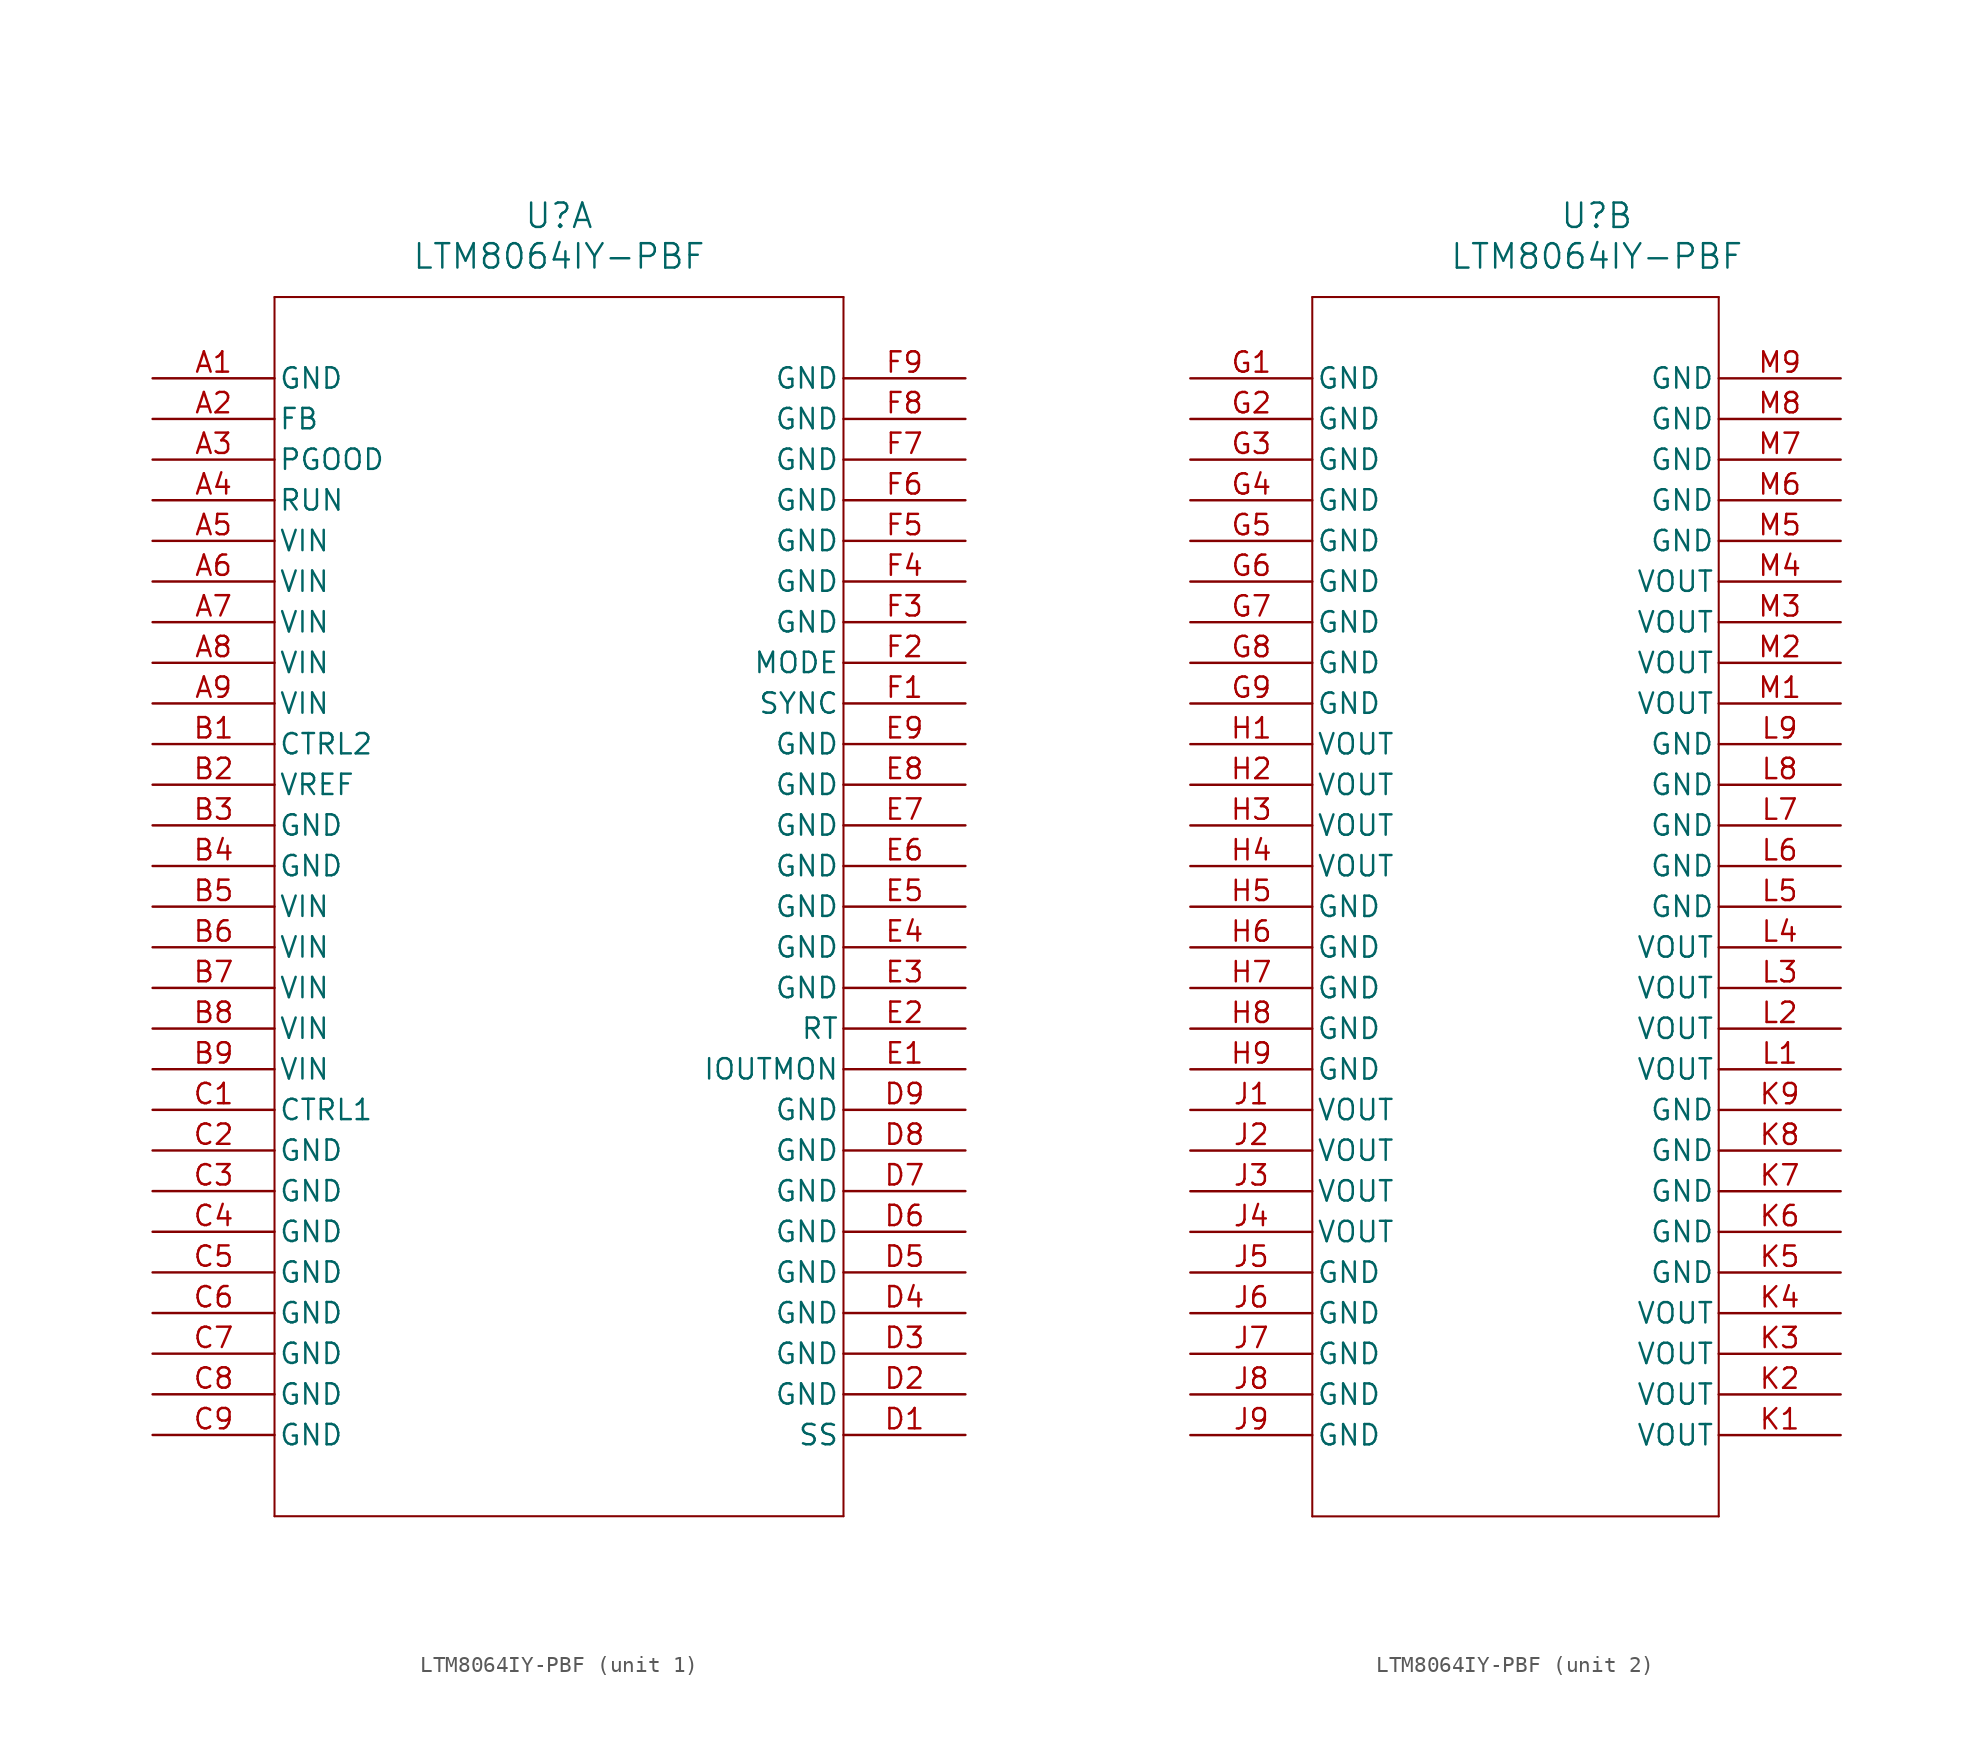
<source format=kicad_sym>
(kicad_symbol_lib
  (version 20211014)
  (generator kicad_symbol_editor)
  (symbol "LTM8064IY-PBF"
    (pin_names
      (offset 0.254))
    (property "Reference" "U"
      (at 25.4 10.16 0)
      (effects (font (size 1.524 1.524))))
    (property "Value" "LTM8064IY-PBF"
      (at 25.4 7.62 0)
      (effects (font (size 1.524 1.524))))
    (symbol "LTM8064IY-PBF_1_1"
      (polyline (pts (xy 7.62 5.08) (xy 7.62 -71.12)) (stroke (width 0.127) (type default) (color 0 0 0 0)) (fill (type none)))
      (polyline (pts (xy 7.62 -71.12) (xy 43.18 -71.12)) (stroke (width 0.127) (type default) (color 0 0 0 0)) (fill (type none)))
      (polyline (pts (xy 43.18 -71.12) (xy 43.18 5.08)) (stroke (width 0.127) (type default) (color 0 0 0 0)) (fill (type none)))
      (polyline (pts (xy 43.18 5.08) (xy 7.62 5.08)) (stroke (width 0.127) (type default) (color 0 0 0 0)) (fill (type none)))
      (pin power_in line (at 0 0 0) (length 7.62) (name "GND" (effects (font (size 1.27 1.27)))) (number "A1" (effects (font (size 1.27 1.27)))))
      (pin unspecified line (at 0 -2.54 0) (length 7.62) (name "FB" (effects (font (size 1.27 1.27)))) (number "A2" (effects (font (size 1.27 1.27)))))
      (pin unspecified line (at 0 -5.08 0) (length 7.62) (name "PGOOD" (effects (font (size 1.27 1.27)))) (number "A3" (effects (font (size 1.27 1.27)))))
      (pin unspecified line (at 0 -7.62 0) (length 7.62) (name "RUN" (effects (font (size 1.27 1.27)))) (number "A4" (effects (font (size 1.27 1.27)))))
      (pin input line (at 0 -10.16 0) (length 7.62) (name "VIN" (effects (font (size 1.27 1.27)))) (number "A5" (effects (font (size 1.27 1.27)))))
      (pin input line (at 0 -12.7 0) (length 7.62) (name "VIN" (effects (font (size 1.27 1.27)))) (number "A6" (effects (font (size 1.27 1.27)))))
      (pin input line (at 0 -15.24 0) (length 7.62) (name "VIN" (effects (font (size 1.27 1.27)))) (number "A7" (effects (font (size 1.27 1.27)))))
      (pin input line (at 0 -17.78 0) (length 7.62) (name "VIN" (effects (font (size 1.27 1.27)))) (number "A8" (effects (font (size 1.27 1.27)))))
      (pin input line (at 0 -20.32 0) (length 7.62) (name "VIN" (effects (font (size 1.27 1.27)))) (number "A9" (effects (font (size 1.27 1.27)))))
      (pin unspecified line (at 0 -22.86 0) (length 7.62) (name "CTRL2" (effects (font (size 1.27 1.27)))) (number "B1" (effects (font (size 1.27 1.27)))))
      (pin power_in line (at 0 -25.4 0) (length 7.62) (name "VREF" (effects (font (size 1.27 1.27)))) (number "B2" (effects (font (size 1.27 1.27)))))
      (pin power_in line (at 0 -27.94 0) (length 7.62) (name "GND" (effects (font (size 1.27 1.27)))) (number "B3" (effects (font (size 1.27 1.27)))))
      (pin power_in line (at 0 -30.48 0) (length 7.62) (name "GND" (effects (font (size 1.27 1.27)))) (number "B4" (effects (font (size 1.27 1.27)))))
      (pin input line (at 0 -33.02 0) (length 7.62) (name "VIN" (effects (font (size 1.27 1.27)))) (number "B5" (effects (font (size 1.27 1.27)))))
      (pin input line (at 0 -35.56 0) (length 7.62) (name "VIN" (effects (font (size 1.27 1.27)))) (number "B6" (effects (font (size 1.27 1.27)))))
      (pin input line (at 0 -38.1 0) (length 7.62) (name "VIN" (effects (font (size 1.27 1.27)))) (number "B7" (effects (font (size 1.27 1.27)))))
      (pin input line (at 0 -40.64 0) (length 7.62) (name "VIN" (effects (font (size 1.27 1.27)))) (number "B8" (effects (font (size 1.27 1.27)))))
      (pin input line (at 0 -43.18 0) (length 7.62) (name "VIN" (effects (font (size 1.27 1.27)))) (number "B9" (effects (font (size 1.27 1.27)))))
      (pin unspecified line (at 0 -45.72 0) (length 7.62) (name "CTRL1" (effects (font (size 1.27 1.27)))) (number "C1" (effects (font (size 1.27 1.27)))))
      (pin power_in line (at 0 -48.26 0) (length 7.62) (name "GND" (effects (font (size 1.27 1.27)))) (number "C2" (effects (font (size 1.27 1.27)))))
      (pin power_in line (at 0 -50.8 0) (length 7.62) (name "GND" (effects (font (size 1.27 1.27)))) (number "C3" (effects (font (size 1.27 1.27)))))
      (pin power_in line (at 0 -53.34 0) (length 7.62) (name "GND" (effects (font (size 1.27 1.27)))) (number "C4" (effects (font (size 1.27 1.27)))))
      (pin power_in line (at 0 -55.88 0) (length 7.62) (name "GND" (effects (font (size 1.27 1.27)))) (number "C5" (effects (font (size 1.27 1.27)))))
      (pin power_in line (at 0 -58.42 0) (length 7.62) (name "GND" (effects (font (size 1.27 1.27)))) (number "C6" (effects (font (size 1.27 1.27)))))
      (pin power_in line (at 0 -60.96 0) (length 7.62) (name "GND" (effects (font (size 1.27 1.27)))) (number "C7" (effects (font (size 1.27 1.27)))))
      (pin power_in line (at 0 -63.5 0) (length 7.62) (name "GND" (effects (font (size 1.27 1.27)))) (number "C8" (effects (font (size 1.27 1.27)))))
      (pin power_in line (at 0 -66.04 0) (length 7.62) (name "GND" (effects (font (size 1.27 1.27)))) (number "C9" (effects (font (size 1.27 1.27)))))
      (pin unspecified line (at 50.8 -66.04 180) (length 7.62) (name "SS" (effects (font (size 1.27 1.27)))) (number "D1" (effects (font (size 1.27 1.27)))))
      (pin power_in line (at 50.8 -63.5 180) (length 7.62) (name "GND" (effects (font (size 1.27 1.27)))) (number "D2" (effects (font (size 1.27 1.27)))))
      (pin power_in line (at 50.8 -60.96 180) (length 7.62) (name "GND" (effects (font (size 1.27 1.27)))) (number "D3" (effects (font (size 1.27 1.27)))))
      (pin power_in line (at 50.8 -58.42 180) (length 7.62) (name "GND" (effects (font (size 1.27 1.27)))) (number "D4" (effects (font (size 1.27 1.27)))))
      (pin power_in line (at 50.8 -55.88 180) (length 7.62) (name "GND" (effects (font (size 1.27 1.27)))) (number "D5" (effects (font (size 1.27 1.27)))))
      (pin power_in line (at 50.8 -53.34 180) (length 7.62) (name "GND" (effects (font (size 1.27 1.27)))) (number "D6" (effects (font (size 1.27 1.27)))))
      (pin power_in line (at 50.8 -50.8 180) (length 7.62) (name "GND" (effects (font (size 1.27 1.27)))) (number "D7" (effects (font (size 1.27 1.27)))))
      (pin power_in line (at 50.8 -48.26 180) (length 7.62) (name "GND" (effects (font (size 1.27 1.27)))) (number "D8" (effects (font (size 1.27 1.27)))))
      (pin power_in line (at 50.8 -45.72 180) (length 7.62) (name "GND" (effects (font (size 1.27 1.27)))) (number "D9" (effects (font (size 1.27 1.27)))))
      (pin output line (at 50.8 -43.18 180) (length 7.62) (name "IOUTMON" (effects (font (size 1.27 1.27)))) (number "E1" (effects (font (size 1.27 1.27)))))
      (pin unspecified line (at 50.8 -40.64 180) (length 7.62) (name "RT" (effects (font (size 1.27 1.27)))) (number "E2" (effects (font (size 1.27 1.27)))))
      (pin power_in line (at 50.8 -38.1 180) (length 7.62) (name "GND" (effects (font (size 1.27 1.27)))) (number "E3" (effects (font (size 1.27 1.27)))))
      (pin power_in line (at 50.8 -35.56 180) (length 7.62) (name "GND" (effects (font (size 1.27 1.27)))) (number "E4" (effects (font (size 1.27 1.27)))))
      (pin power_in line (at 50.8 -33.02 180) (length 7.62) (name "GND" (effects (font (size 1.27 1.27)))) (number "E5" (effects (font (size 1.27 1.27)))))
      (pin power_in line (at 50.8 -30.48 180) (length 7.62) (name "GND" (effects (font (size 1.27 1.27)))) (number "E6" (effects (font (size 1.27 1.27)))))
      (pin power_in line (at 50.8 -27.94 180) (length 7.62) (name "GND" (effects (font (size 1.27 1.27)))) (number "E7" (effects (font (size 1.27 1.27)))))
      (pin power_in line (at 50.8 -25.4 180) (length 7.62) (name "GND" (effects (font (size 1.27 1.27)))) (number "E8" (effects (font (size 1.27 1.27)))))
      (pin power_in line (at 50.8 -22.86 180) (length 7.62) (name "GND" (effects (font (size 1.27 1.27)))) (number "E9" (effects (font (size 1.27 1.27)))))
      (pin unspecified line (at 50.8 -20.32 180) (length 7.62) (name "SYNC" (effects (font (size 1.27 1.27)))) (number "F1" (effects (font (size 1.27 1.27)))))
      (pin unspecified line (at 50.8 -17.78 180) (length 7.62) (name "MODE" (effects (font (size 1.27 1.27)))) (number "F2" (effects (font (size 1.27 1.27)))))
      (pin power_in line (at 50.8 -15.24 180) (length 7.62) (name "GND" (effects (font (size 1.27 1.27)))) (number "F3" (effects (font (size 1.27 1.27)))))
      (pin power_in line (at 50.8 -12.7 180) (length 7.62) (name "GND" (effects (font (size 1.27 1.27)))) (number "F4" (effects (font (size 1.27 1.27)))))
      (pin power_in line (at 50.8 -10.16 180) (length 7.62) (name "GND" (effects (font (size 1.27 1.27)))) (number "F5" (effects (font (size 1.27 1.27)))))
      (pin power_in line (at 50.8 -7.62 180) (length 7.62) (name "GND" (effects (font (size 1.27 1.27)))) (number "F6" (effects (font (size 1.27 1.27)))))
      (pin power_in line (at 50.8 -5.08 180) (length 7.62) (name "GND" (effects (font (size 1.27 1.27)))) (number "F7" (effects (font (size 1.27 1.27)))))
      (pin power_in line (at 50.8 -2.54 180) (length 7.62) (name "GND" (effects (font (size 1.27 1.27)))) (number "F8" (effects (font (size 1.27 1.27)))))
      (pin power_in line (at 50.8 0 180) (length 7.62) (name "GND" (effects (font (size 1.27 1.27)))) (number "F9" (effects (font (size 1.27 1.27))))))
    (symbol "LTM8064IY-PBF_2_1"
      (polyline (pts (xy 7.62 5.08) (xy 7.62 -71.12)) (stroke (width 0.127) (type default) (color 0 0 0 0)) (fill (type none)))
      (polyline (pts (xy 7.62 -71.12) (xy 33.02 -71.12)) (stroke (width 0.127) (type default) (color 0 0 0 0)) (fill (type none)))
      (polyline (pts (xy 33.02 -71.12) (xy 33.02 5.08)) (stroke (width 0.127) (type default) (color 0 0 0 0)) (fill (type none)))
      (polyline (pts (xy 33.02 5.08) (xy 7.62 5.08)) (stroke (width 0.127) (type default) (color 0 0 0 0)) (fill (type none)))
      (pin power_in line (at 0 0 0) (length 7.62) (name "GND" (effects (font (size 1.27 1.27)))) (number "G1" (effects (font (size 1.27 1.27)))))
      (pin power_in line (at 0 -2.54 0) (length 7.62) (name "GND" (effects (font (size 1.27 1.27)))) (number "G2" (effects (font (size 1.27 1.27)))))
      (pin power_in line (at 0 -5.08 0) (length 7.62) (name "GND" (effects (font (size 1.27 1.27)))) (number "G3" (effects (font (size 1.27 1.27)))))
      (pin power_in line (at 0 -7.62 0) (length 7.62) (name "GND" (effects (font (size 1.27 1.27)))) (number "G4" (effects (font (size 1.27 1.27)))))
      (pin power_in line (at 0 -10.16 0) (length 7.62) (name "GND" (effects (font (size 1.27 1.27)))) (number "G5" (effects (font (size 1.27 1.27)))))
      (pin power_in line (at 0 -12.7 0) (length 7.62) (name "GND" (effects (font (size 1.27 1.27)))) (number "G6" (effects (font (size 1.27 1.27)))))
      (pin power_in line (at 0 -15.24 0) (length 7.62) (name "GND" (effects (font (size 1.27 1.27)))) (number "G7" (effects (font (size 1.27 1.27)))))
      (pin power_in line (at 0 -17.78 0) (length 7.62) (name "GND" (effects (font (size 1.27 1.27)))) (number "G8" (effects (font (size 1.27 1.27)))))
      (pin power_in line (at 0 -20.32 0) (length 7.62) (name "GND" (effects (font (size 1.27 1.27)))) (number "G9" (effects (font (size 1.27 1.27)))))
      (pin output line (at 0 -22.86 0) (length 7.62) (name "VOUT" (effects (font (size 1.27 1.27)))) (number "H1" (effects (font (size 1.27 1.27)))))
      (pin output line (at 0 -25.4 0) (length 7.62) (name "VOUT" (effects (font (size 1.27 1.27)))) (number "H2" (effects (font (size 1.27 1.27)))))
      (pin output line (at 0 -27.94 0) (length 7.62) (name "VOUT" (effects (font (size 1.27 1.27)))) (number "H3" (effects (font (size 1.27 1.27)))))
      (pin output line (at 0 -30.48 0) (length 7.62) (name "VOUT" (effects (font (size 1.27 1.27)))) (number "H4" (effects (font (size 1.27 1.27)))))
      (pin power_in line (at 0 -33.02 0) (length 7.62) (name "GND" (effects (font (size 1.27 1.27)))) (number "H5" (effects (font (size 1.27 1.27)))))
      (pin power_in line (at 0 -35.56 0) (length 7.62) (name "GND" (effects (font (size 1.27 1.27)))) (number "H6" (effects (font (size 1.27 1.27)))))
      (pin power_in line (at 0 -38.1 0) (length 7.62) (name "GND" (effects (font (size 1.27 1.27)))) (number "H7" (effects (font (size 1.27 1.27)))))
      (pin power_in line (at 0 -40.64 0) (length 7.62) (name "GND" (effects (font (size 1.27 1.27)))) (number "H8" (effects (font (size 1.27 1.27)))))
      (pin power_in line (at 0 -43.18 0) (length 7.62) (name "GND" (effects (font (size 1.27 1.27)))) (number "H9" (effects (font (size 1.27 1.27)))))
      (pin output line (at 0 -45.72 0) (length 7.62) (name "VOUT" (effects (font (size 1.27 1.27)))) (number "J1" (effects (font (size 1.27 1.27)))))
      (pin output line (at 0 -48.26 0) (length 7.62) (name "VOUT" (effects (font (size 1.27 1.27)))) (number "J2" (effects (font (size 1.27 1.27)))))
      (pin output line (at 0 -50.8 0) (length 7.62) (name "VOUT" (effects (font (size 1.27 1.27)))) (number "J3" (effects (font (size 1.27 1.27)))))
      (pin output line (at 0 -53.34 0) (length 7.62) (name "VOUT" (effects (font (size 1.27 1.27)))) (number "J4" (effects (font (size 1.27 1.27)))))
      (pin power_in line (at 0 -55.88 0) (length 7.62) (name "GND" (effects (font (size 1.27 1.27)))) (number "J5" (effects (font (size 1.27 1.27)))))
      (pin power_in line (at 0 -58.42 0) (length 7.62) (name "GND" (effects (font (size 1.27 1.27)))) (number "J6" (effects (font (size 1.27 1.27)))))
      (pin power_in line (at 0 -60.96 0) (length 7.62) (name "GND" (effects (font (size 1.27 1.27)))) (number "J7" (effects (font (size 1.27 1.27)))))
      (pin power_in line (at 0 -63.5 0) (length 7.62) (name "GND" (effects (font (size 1.27 1.27)))) (number "J8" (effects (font (size 1.27 1.27)))))
      (pin power_in line (at 0 -66.04 0) (length 7.62) (name "GND" (effects (font (size 1.27 1.27)))) (number "J9" (effects (font (size 1.27 1.27)))))
      (pin output line (at 40.64 -66.04 180) (length 7.62) (name "VOUT" (effects (font (size 1.27 1.27)))) (number "K1" (effects (font (size 1.27 1.27)))))
      (pin output line (at 40.64 -63.5 180) (length 7.62) (name "VOUT" (effects (font (size 1.27 1.27)))) (number "K2" (effects (font (size 1.27 1.27)))))
      (pin output line (at 40.64 -60.96 180) (length 7.62) (name "VOUT" (effects (font (size 1.27 1.27)))) (number "K3" (effects (font (size 1.27 1.27)))))
      (pin output line (at 40.64 -58.42 180) (length 7.62) (name "VOUT" (effects (font (size 1.27 1.27)))) (number "K4" (effects (font (size 1.27 1.27)))))
      (pin power_in line (at 40.64 -55.88 180) (length 7.62) (name "GND" (effects (font (size 1.27 1.27)))) (number "K5" (effects (font (size 1.27 1.27)))))
      (pin power_in line (at 40.64 -53.34 180) (length 7.62) (name "GND" (effects (font (size 1.27 1.27)))) (number "K6" (effects (font (size 1.27 1.27)))))
      (pin power_in line (at 40.64 -50.8 180) (length 7.62) (name "GND" (effects (font (size 1.27 1.27)))) (number "K7" (effects (font (size 1.27 1.27)))))
      (pin power_in line (at 40.64 -48.26 180) (length 7.62) (name "GND" (effects (font (size 1.27 1.27)))) (number "K8" (effects (font (size 1.27 1.27)))))
      (pin power_in line (at 40.64 -45.72 180) (length 7.62) (name "GND" (effects (font (size 1.27 1.27)))) (number "K9" (effects (font (size 1.27 1.27)))))
      (pin output line (at 40.64 -43.18 180) (length 7.62) (name "VOUT" (effects (font (size 1.27 1.27)))) (number "L1" (effects (font (size 1.27 1.27)))))
      (pin output line (at 40.64 -40.64 180) (length 7.62) (name "VOUT" (effects (font (size 1.27 1.27)))) (number "L2" (effects (font (size 1.27 1.27)))))
      (pin output line (at 40.64 -38.1 180) (length 7.62) (name "VOUT" (effects (font (size 1.27 1.27)))) (number "L3" (effects (font (size 1.27 1.27)))))
      (pin output line (at 40.64 -35.56 180) (length 7.62) (name "VOUT" (effects (font (size 1.27 1.27)))) (number "L4" (effects (font (size 1.27 1.27)))))
      (pin power_in line (at 40.64 -33.02 180) (length 7.62) (name "GND" (effects (font (size 1.27 1.27)))) (number "L5" (effects (font (size 1.27 1.27)))))
      (pin power_in line (at 40.64 -30.48 180) (length 7.62) (name "GND" (effects (font (size 1.27 1.27)))) (number "L6" (effects (font (size 1.27 1.27)))))
      (pin power_in line (at 40.64 -27.94 180) (length 7.62) (name "GND" (effects (font (size 1.27 1.27)))) (number "L7" (effects (font (size 1.27 1.27)))))
      (pin power_in line (at 40.64 -25.4 180) (length 7.62) (name "GND" (effects (font (size 1.27 1.27)))) (number "L8" (effects (font (size 1.27 1.27)))))
      (pin power_in line (at 40.64 -22.86 180) (length 7.62) (name "GND" (effects (font (size 1.27 1.27)))) (number "L9" (effects (font (size 1.27 1.27)))))
      (pin output line (at 40.64 -20.32 180) (length 7.62) (name "VOUT" (effects (font (size 1.27 1.27)))) (number "M1" (effects (font (size 1.27 1.27)))))
      (pin output line (at 40.64 -17.78 180) (length 7.62) (name "VOUT" (effects (font (size 1.27 1.27)))) (number "M2" (effects (font (size 1.27 1.27)))))
      (pin output line (at 40.64 -15.24 180) (length 7.62) (name "VOUT" (effects (font (size 1.27 1.27)))) (number "M3" (effects (font (size 1.27 1.27)))))
      (pin output line (at 40.64 -12.7 180) (length 7.62) (name "VOUT" (effects (font (size 1.27 1.27)))) (number "M4" (effects (font (size 1.27 1.27)))))
      (pin power_in line (at 40.64 -10.16 180) (length 7.62) (name "GND" (effects (font (size 1.27 1.27)))) (number "M5" (effects (font (size 1.27 1.27)))))
      (pin power_in line (at 40.64 -7.62 180) (length 7.62) (name "GND" (effects (font (size 1.27 1.27)))) (number "M6" (effects (font (size 1.27 1.27)))))
      (pin power_in line (at 40.64 -5.08 180) (length 7.62) (name "GND" (effects (font (size 1.27 1.27)))) (number "M7" (effects (font (size 1.27 1.27)))))
      (pin power_in line (at 40.64 -2.54 180) (length 7.62) (name "GND" (effects (font (size 1.27 1.27)))) (number "M8" (effects (font (size 1.27 1.27)))))
      (pin power_in line (at 40.64 0 180) (length 7.62) (name "GND" (effects (font (size 1.27 1.27)))) (number "M9" (effects (font (size 1.27 1.27))))))))
</source>
